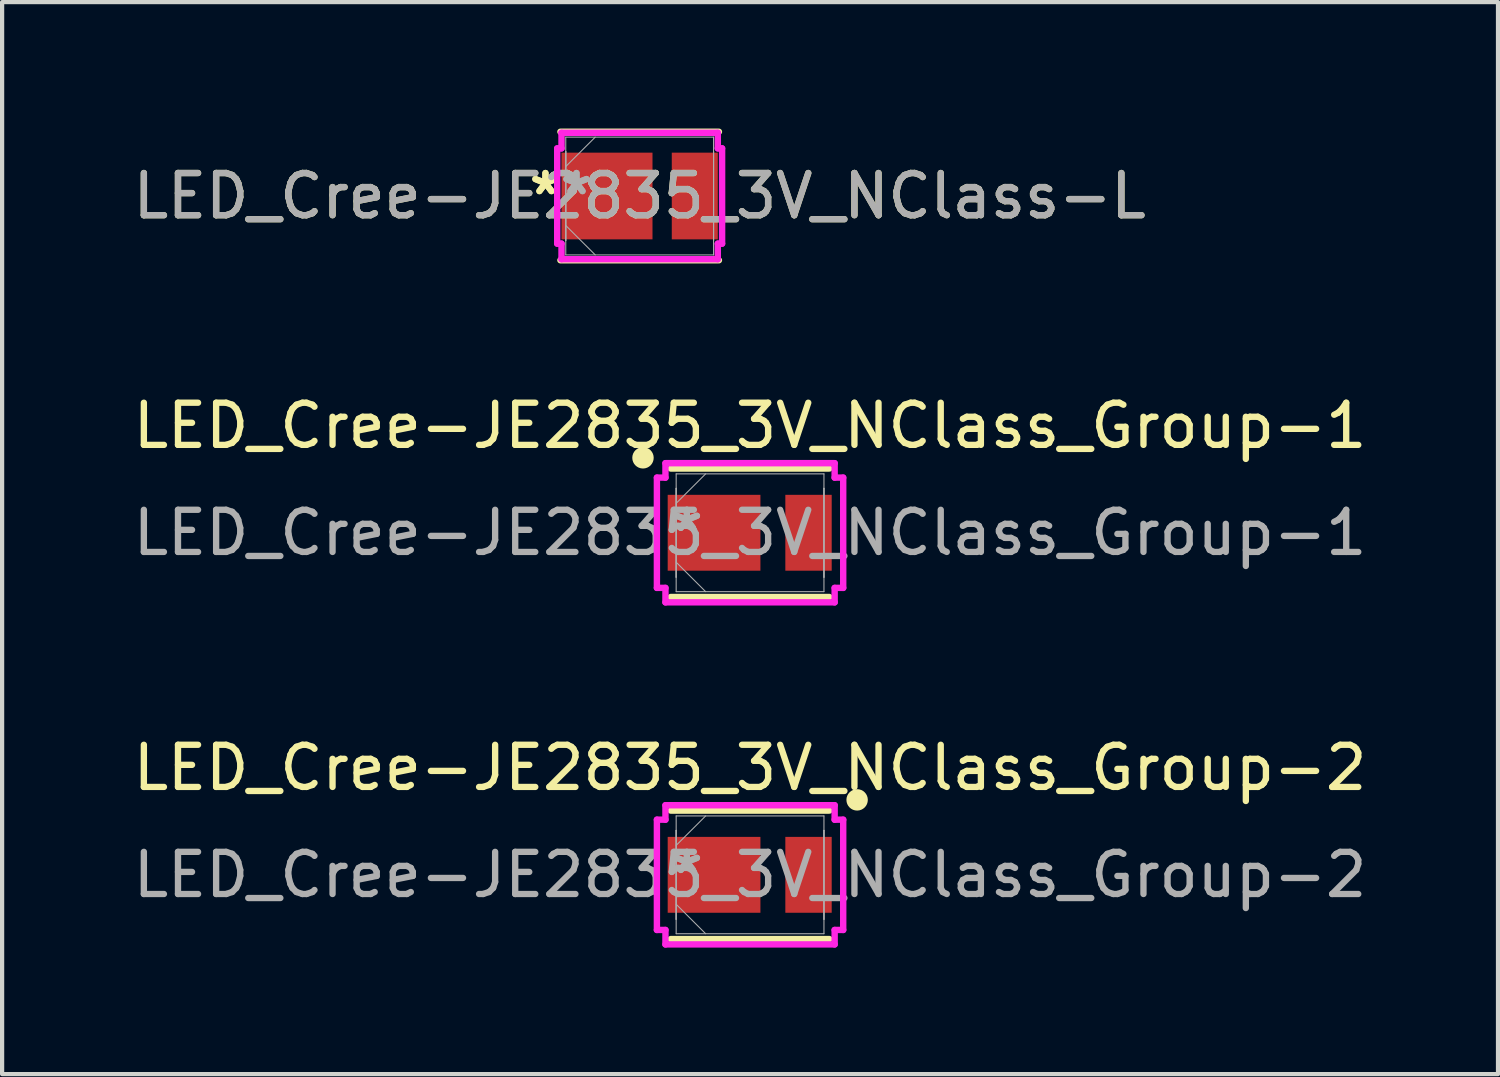
<source format=kicad_pcb>
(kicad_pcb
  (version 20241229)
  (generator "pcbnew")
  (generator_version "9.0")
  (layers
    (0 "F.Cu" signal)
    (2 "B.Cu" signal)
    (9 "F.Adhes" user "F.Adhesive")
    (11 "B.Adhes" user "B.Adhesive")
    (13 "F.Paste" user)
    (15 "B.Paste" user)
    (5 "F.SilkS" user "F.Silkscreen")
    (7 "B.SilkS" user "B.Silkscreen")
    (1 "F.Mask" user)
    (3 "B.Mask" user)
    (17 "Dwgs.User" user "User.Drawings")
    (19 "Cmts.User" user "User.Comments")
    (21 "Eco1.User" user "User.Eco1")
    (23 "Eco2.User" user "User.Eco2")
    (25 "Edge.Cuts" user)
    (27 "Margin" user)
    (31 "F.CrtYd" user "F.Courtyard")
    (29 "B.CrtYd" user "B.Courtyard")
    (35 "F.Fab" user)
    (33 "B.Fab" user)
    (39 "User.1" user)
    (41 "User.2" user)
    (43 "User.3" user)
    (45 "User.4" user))
  (footprint "LED_Cree-JE2835_3V_NClass-L"
    (layer "F.Cu")
    (at 12.125 1.6)
    (property "Reference" "LED_Cree-JE2835_3V_NClass-L" (at 0 0 0) (unlocked yes) (layer "F.SilkS") (effects (font (size 1 1) (thickness 0.15))))
    (attr smd)
    (fp_line (start -1.88 1.524) (end 1.88 1.524) (stroke (width 0.152) (type solid)) (layer "F.SilkS"))
    (fp_line (start 1.88 -1.524) (end -1.88 -1.524) (stroke (width 0.152) (type solid)) (layer "F.SilkS"))
    (fp_line (start -1.956 -1.13) (end -1.854 -1.13) (stroke (width 0.152) (type solid)) (layer "F.CrtYd"))
    (fp_line (start -1.956 1.13) (end -1.956 -1.13) (stroke (width 0.152) (type solid)) (layer "F.CrtYd"))
    (fp_line (start -1.854 -1.499) (end 1.854 -1.499) (stroke (width 0.152) (type solid)) (layer "F.CrtYd"))
    (fp_line (start -1.854 -1.13) (end -1.854 -1.499) (stroke (width 0.152) (type solid)) (layer "F.CrtYd"))
    (fp_line (start -1.854 1.13) (end -1.956 1.13) (stroke (width 0.152) (type solid)) (layer "F.CrtYd"))
    (fp_line (start -1.854 1.499) (end -1.854 1.13) (stroke (width 0.152) (type solid)) (layer "F.CrtYd"))
    (fp_line (start 1.854 -1.499) (end 1.854 -1.13) (stroke (width 0.152) (type solid)) (layer "F.CrtYd"))
    (fp_line (start 1.854 -1.13) (end 1.956 -1.13) (stroke (width 0.152) (type solid)) (layer "F.CrtYd"))
    (fp_line (start 1.854 1.13) (end 1.854 1.499) (stroke (width 0.152) (type solid)) (layer "F.CrtYd"))
    (fp_line (start 1.854 1.499) (end -1.854 1.499) (stroke (width 0.152) (type solid)) (layer "F.CrtYd"))
    (fp_line (start 1.956 -1.13) (end 1.956 1.13) (stroke (width 0.152) (type solid)) (layer "F.CrtYd"))
    (fp_line (start 1.956 1.13) (end 1.854 1.13) (stroke (width 0.152) (type solid)) (layer "F.CrtYd"))
    (fp_line (start -1.753 -1.397) (end -1.753 1.397) (stroke (width 0.025) (type solid)) (layer "F.Fab"))
    (fp_line (start -1.753 -1.054) (end -1.753 -1.054) (stroke (width 0.025) (type solid)) (layer "F.Fab"))
    (fp_line (start -1.753 -1.054) (end -1.753 1.054) (stroke (width 0.025) (type solid)) (layer "F.Fab"))
    (fp_line (start -1.753 -0.699) (end -1.054 -1.397) (stroke (width 0.025) (type solid)) (layer "F.Fab"))
    (fp_line (start -1.753 0.699) (end -1.054 1.397) (stroke (width 0.025) (type solid)) (layer "F.Fab"))
    (fp_line (start -1.753 1.054) (end -1.753 -1.054) (stroke (width 0.025) (type solid)) (layer "F.Fab"))
    (fp_line (start -1.753 1.054) (end -1.753 1.054) (stroke (width 0.025) (type solid)) (layer "F.Fab"))
    (fp_line (start -1.753 1.397) (end 1.753 1.397) (stroke (width 0.025) (type solid)) (layer "F.Fab"))
    (fp_line (start 1.753 -1.397) (end -1.753 -1.397) (stroke (width 0.025) (type solid)) (layer "F.Fab"))
    (fp_line (start 1.753 -1.054) (end 1.753 -1.054) (stroke (width 0.025) (type solid)) (layer "F.Fab"))
    (fp_line (start 1.753 -1.054) (end 1.753 1.054) (stroke (width 0.025) (type solid)) (layer "F.Fab"))
    (fp_line (start 1.753 1.054) (end 1.753 -1.054) (stroke (width 0.025) (type solid)) (layer "F.Fab"))
    (fp_line (start 1.753 1.054) (end 1.753 1.054) (stroke (width 0.025) (type solid)) (layer "F.Fab"))
    (fp_line (start 1.753 1.397) (end 1.753 -1.397) (stroke (width 0.025) (type solid)) (layer "F.Fab"))
    (fp_text user "*" (at -2.235 0 0) (unlocked yes) (layer "F.SilkS") (effects (font (size 1 1) (thickness 0.15))))
    (fp_text user "*" (at -2.235 0 0) (layer "F.SilkS") (effects (font (size 1 1) (thickness 0.15))))
    (fp_text user "*" (at -1.499 0 0) (layer "F.Fab") (effects (font (size 1 1) (thickness 0.15))))
    (fp_text user "${REFERENCE}" (at 0 0 0) (unlocked yes) (layer "F.Fab") (effects (font (size 1 1) (thickness 0.15))))
    (fp_text user "*" (at -1.499 0 0) (unlocked yes) (layer "F.Fab") (effects (font (size 1 1) (thickness 0.15))))
    (pad "1" smd rect (at -0.775 0) (size 2.159 2.057) (layers "F.Cu" "F.Mask" "F.Paste"))
    (pad "2" smd rect (at 1.308 0) (size 1.092 2.057) (layers "F.Cu" "F.Mask" "F.Paste"))
    (zone (net_name "") (layer "F.Cu") (hatch full 0.508) (connect_pads) (min_thickness 0.254) (filled_areas_thickness no) (keepout (tracks not_allowed) (vias not_allowed) (pads allowed) (copperpour not_allowed) (footprints allowed)) (placement (enabled no)) (fill) (polygon (pts (xy 12.481 0.254) (xy 12.836 0.254) (xy 12.836 2.946) (xy 12.481 2.946)))))
  (footprint "LED_Cree-JE2835_3V_NClass_Group-1"
    (layer "F.Cu")
    (at 14.744 9.589)
    (property "Reference" "LED_Cree-JE2835_3V_NClass_Group-1" (at 0 -2.54 0) (unlocked yes) (layer "F.SilkS") (effects (font (size 1 1) (thickness 0.15))))
    (attr smd)
    (fp_line (start -1.88 1.524) (end 1.88 1.524) (stroke (width 0.152) (type solid)) (layer "F.SilkS"))
    (fp_line (start 1.88 -1.524) (end -1.88 -1.524) (stroke (width 0.152) (type solid)) (layer "F.SilkS"))
    (fp_circle (center -2.54 -1.778) (end -2.286 -1.778) (stroke (width 0) (type solid)) (fill yes) (layer "F.SilkS"))
    (fp_line (start -2.21 -1.308) (end -2.007 -1.308) (stroke (width 0.152) (type solid)) (layer "F.CrtYd"))
    (fp_line (start -2.21 1.308) (end -2.21 -1.308) (stroke (width 0.152) (type solid)) (layer "F.CrtYd"))
    (fp_line (start -2.007 -1.651) (end 2.007 -1.651) (stroke (width 0.152) (type solid)) (layer "F.CrtYd"))
    (fp_line (start -2.007 -1.308) (end -2.007 -1.651) (stroke (width 0.152) (type solid)) (layer "F.CrtYd"))
    (fp_line (start -2.007 1.308) (end -2.21 1.308) (stroke (width 0.152) (type solid)) (layer "F.CrtYd"))
    (fp_line (start -2.007 1.651) (end -2.007 1.308) (stroke (width 0.152) (type solid)) (layer "F.CrtYd"))
    (fp_line (start 2.007 -1.651) (end 2.007 -1.308) (stroke (width 0.152) (type solid)) (layer "F.CrtYd"))
    (fp_line (start 2.007 -1.308) (end 2.21 -1.308) (stroke (width 0.152) (type solid)) (layer "F.CrtYd"))
    (fp_line (start 2.007 1.308) (end 2.007 1.651) (stroke (width 0.152) (type solid)) (layer "F.CrtYd"))
    (fp_line (start 2.007 1.651) (end -2.007 1.651) (stroke (width 0.152) (type solid)) (layer "F.CrtYd"))
    (fp_line (start 2.21 -1.308) (end 2.21 1.308) (stroke (width 0.152) (type solid)) (layer "F.CrtYd"))
    (fp_line (start 2.21 1.308) (end 2.007 1.308) (stroke (width 0.152) (type solid)) (layer "F.CrtYd"))
    (fp_line (start -1.753 -1.397) (end -1.753 1.397) (stroke (width 0.025) (type solid)) (layer "F.Fab"))
    (fp_line (start -1.753 -1.054) (end -1.753 -1.054) (stroke (width 0.025) (type solid)) (layer "F.Fab"))
    (fp_line (start -1.753 -1.054) (end -1.753 1.054) (stroke (width 0.025) (type solid)) (layer "F.Fab"))
    (fp_line (start -1.753 -0.699) (end -1.054 -1.397) (stroke (width 0.025) (type solid)) (layer "F.Fab"))
    (fp_line (start -1.753 0.699) (end -1.054 1.397) (stroke (width 0.025) (type solid)) (layer "F.Fab"))
    (fp_line (start -1.753 1.054) (end -1.753 -1.054) (stroke (width 0.025) (type solid)) (layer "F.Fab"))
    (fp_line (start -1.753 1.054) (end -1.753 1.054) (stroke (width 0.025) (type solid)) (layer "F.Fab"))
    (fp_line (start -1.753 1.397) (end 1.753 1.397) (stroke (width 0.025) (type solid)) (layer "F.Fab"))
    (fp_line (start 1.753 -1.397) (end -1.753 -1.397) (stroke (width 0.025) (type solid)) (layer "F.Fab"))
    (fp_line (start 1.753 -1.054) (end 1.753 -1.054) (stroke (width 0.025) (type solid)) (layer "F.Fab"))
    (fp_line (start 1.753 -1.054) (end 1.753 1.054) (stroke (width 0.025) (type solid)) (layer "F.Fab"))
    (fp_line (start 1.753 1.054) (end 1.753 -1.054) (stroke (width 0.025) (type solid)) (layer "F.Fab"))
    (fp_line (start 1.753 1.054) (end 1.753 1.054) (stroke (width 0.025) (type solid)) (layer "F.Fab"))
    (fp_line (start 1.753 1.397) (end 1.753 -1.397) (stroke (width 0.025) (type solid)) (layer "F.Fab"))
    (fp_text user "${REFERENCE}" (at 0 0 0) (unlocked yes) (layer "F.Fab") (effects (font (size 1 1) (thickness 0.15))))
    (fp_text user "*" (at -1.499 0 0) (unlocked yes) (layer "F.Fab") (effects (font (size 1 1) (thickness 0.15))))
    (fp_text user "*" (at -1.499 0 0) (layer "F.Fab") (effects (font (size 1 1) (thickness 0.15))))
    (pad "" smd rect (at -0.854 0) (size 1.76 1.44) (layers "F.Paste"))
    (pad "" smd rect (at 1.387 0) (size 0.88 1.44) (layers "F.Paste"))
    (pad "1" smd rect (at -0.854 0) (size 2.2 1.8) (layers "F.Cu" "F.Mask"))
    (pad "2" smd rect (at 1.387 0) (size 1.1 1.8) (layers "F.Cu" "F.Mask"))
    (zone (net_name "") (layer "F.Cu") (hatch full 0.508) (connect_pads) (min_thickness 0.254) (filled_areas_thickness no) (keepout (tracks not_allowed) (vias not_allowed) (pads allowed) (copperpour not_allowed) (footprints allowed)) (placement (enabled no)) (fill) (polygon (pts (xy 15.1 8.242) (xy 15.455 8.242) (xy 15.455 10.935) (xy 15.1 10.935)))))
  (footprint "LED_Cree-JE2835_3V_NClass_Group-2"
    (layer "F.Cu")
    (at 14.744 17.704)
    (property "Reference" "LED_Cree-JE2835_3V_NClass_Group-2" (at 0 -2.54 0) (unlocked yes) (layer "F.SilkS") (effects (font (size 1 1) (thickness 0.15))))
    (attr smd)
    (fp_line (start -1.88 1.524) (end 1.88 1.524) (stroke (width 0.152) (type solid)) (layer "F.SilkS"))
    (fp_line (start 1.88 -1.524) (end -1.88 -1.524) (stroke (width 0.152) (type solid)) (layer "F.SilkS"))
    (fp_circle (center 2.54 -1.778) (end 2.794 -1.778) (stroke (width 0) (type solid)) (fill yes) (layer "F.SilkS"))
    (fp_line (start -2.21 -1.308) (end -2.007 -1.308) (stroke (width 0.152) (type solid)) (layer "F.CrtYd"))
    (fp_line (start -2.21 1.308) (end -2.21 -1.308) (stroke (width 0.152) (type solid)) (layer "F.CrtYd"))
    (fp_line (start -2.007 -1.651) (end 2.007 -1.651) (stroke (width 0.152) (type solid)) (layer "F.CrtYd"))
    (fp_line (start -2.007 -1.308) (end -2.007 -1.651) (stroke (width 0.152) (type solid)) (layer "F.CrtYd"))
    (fp_line (start -2.007 1.308) (end -2.21 1.308) (stroke (width 0.152) (type solid)) (layer "F.CrtYd"))
    (fp_line (start -2.007 1.651) (end -2.007 1.308) (stroke (width 0.152) (type solid)) (layer "F.CrtYd"))
    (fp_line (start 2.007 -1.651) (end 2.007 -1.308) (stroke (width 0.152) (type solid)) (layer "F.CrtYd"))
    (fp_line (start 2.007 -1.308) (end 2.21 -1.308) (stroke (width 0.152) (type solid)) (layer "F.CrtYd"))
    (fp_line (start 2.007 1.308) (end 2.007 1.651) (stroke (width 0.152) (type solid)) (layer "F.CrtYd"))
    (fp_line (start 2.007 1.651) (end -2.007 1.651) (stroke (width 0.152) (type solid)) (layer "F.CrtYd"))
    (fp_line (start 2.21 -1.308) (end 2.21 1.308) (stroke (width 0.152) (type solid)) (layer "F.CrtYd"))
    (fp_line (start 2.21 1.308) (end 2.007 1.308) (stroke (width 0.152) (type solid)) (layer "F.CrtYd"))
    (fp_line (start -1.753 -1.397) (end -1.753 1.397) (stroke (width 0.025) (type solid)) (layer "F.Fab"))
    (fp_line (start -1.753 -1.054) (end -1.753 -1.054) (stroke (width 0.025) (type solid)) (layer "F.Fab"))
    (fp_line (start -1.753 -1.054) (end -1.753 1.054) (stroke (width 0.025) (type solid)) (layer "F.Fab"))
    (fp_line (start -1.753 -0.699) (end -1.054 -1.397) (stroke (width 0.025) (type solid)) (layer "F.Fab"))
    (fp_line (start -1.753 0.699) (end -1.054 1.397) (stroke (width 0.025) (type solid)) (layer "F.Fab"))
    (fp_line (start -1.753 1.054) (end -1.753 -1.054) (stroke (width 0.025) (type solid)) (layer "F.Fab"))
    (fp_line (start -1.753 1.054) (end -1.753 1.054) (stroke (width 0.025) (type solid)) (layer "F.Fab"))
    (fp_line (start -1.753 1.397) (end 1.753 1.397) (stroke (width 0.025) (type solid)) (layer "F.Fab"))
    (fp_line (start 1.753 -1.397) (end -1.753 -1.397) (stroke (width 0.025) (type solid)) (layer "F.Fab"))
    (fp_line (start 1.753 -1.054) (end 1.753 -1.054) (stroke (width 0.025) (type solid)) (layer "F.Fab"))
    (fp_line (start 1.753 -1.054) (end 1.753 1.054) (stroke (width 0.025) (type solid)) (layer "F.Fab"))
    (fp_line (start 1.753 1.054) (end 1.753 -1.054) (stroke (width 0.025) (type solid)) (layer "F.Fab"))
    (fp_line (start 1.753 1.054) (end 1.753 1.054) (stroke (width 0.025) (type solid)) (layer "F.Fab"))
    (fp_line (start 1.753 1.397) (end 1.753 -1.397) (stroke (width 0.025) (type solid)) (layer "F.Fab"))
    (fp_text user "${REFERENCE}" (at 0 0 0) (unlocked yes) (layer "F.Fab") (effects (font (size 1 1) (thickness 0.15))))
    (fp_text user "*" (at -1.499 0 0) (unlocked yes) (layer "F.Fab") (effects (font (size 1 1) (thickness 0.15))))
    (fp_text user "*" (at -1.499 0 0) (layer "F.Fab") (effects (font (size 1 1) (thickness 0.15))))
    (pad "" smd rect (at -0.854 0) (size 1.76 1.44) (layers "F.Paste"))
    (pad "" smd rect (at 1.387 0) (size 0.88 1.44) (layers "F.Paste"))
    (pad "1" smd rect (at 1.387 0) (size 1.1 1.8) (layers "F.Cu" "F.Mask"))
    (pad "2" smd rect (at -0.854 0) (size 2.2 1.8) (layers "F.Cu" "F.Mask"))
    (zone (net_name "") (layer "F.Cu") (hatch full 0.508) (connect_pads) (min_thickness 0.254) (filled_areas_thickness no) (keepout (tracks not_allowed) (vias not_allowed) (pads allowed) (copperpour not_allowed) (footprints allowed)) (placement (enabled no)) (fill) (polygon (pts (xy 15.1 16.358) (xy 15.455 16.358) (xy 15.455 19.05) (xy 15.1 19.05)))))
  (gr_rect
    (start -3 -3)
    (end 32.488 22.431)
    (stroke (width 0.1) (type default))
    (fill no)
    (layer "Edge.Cuts")))
</source>
